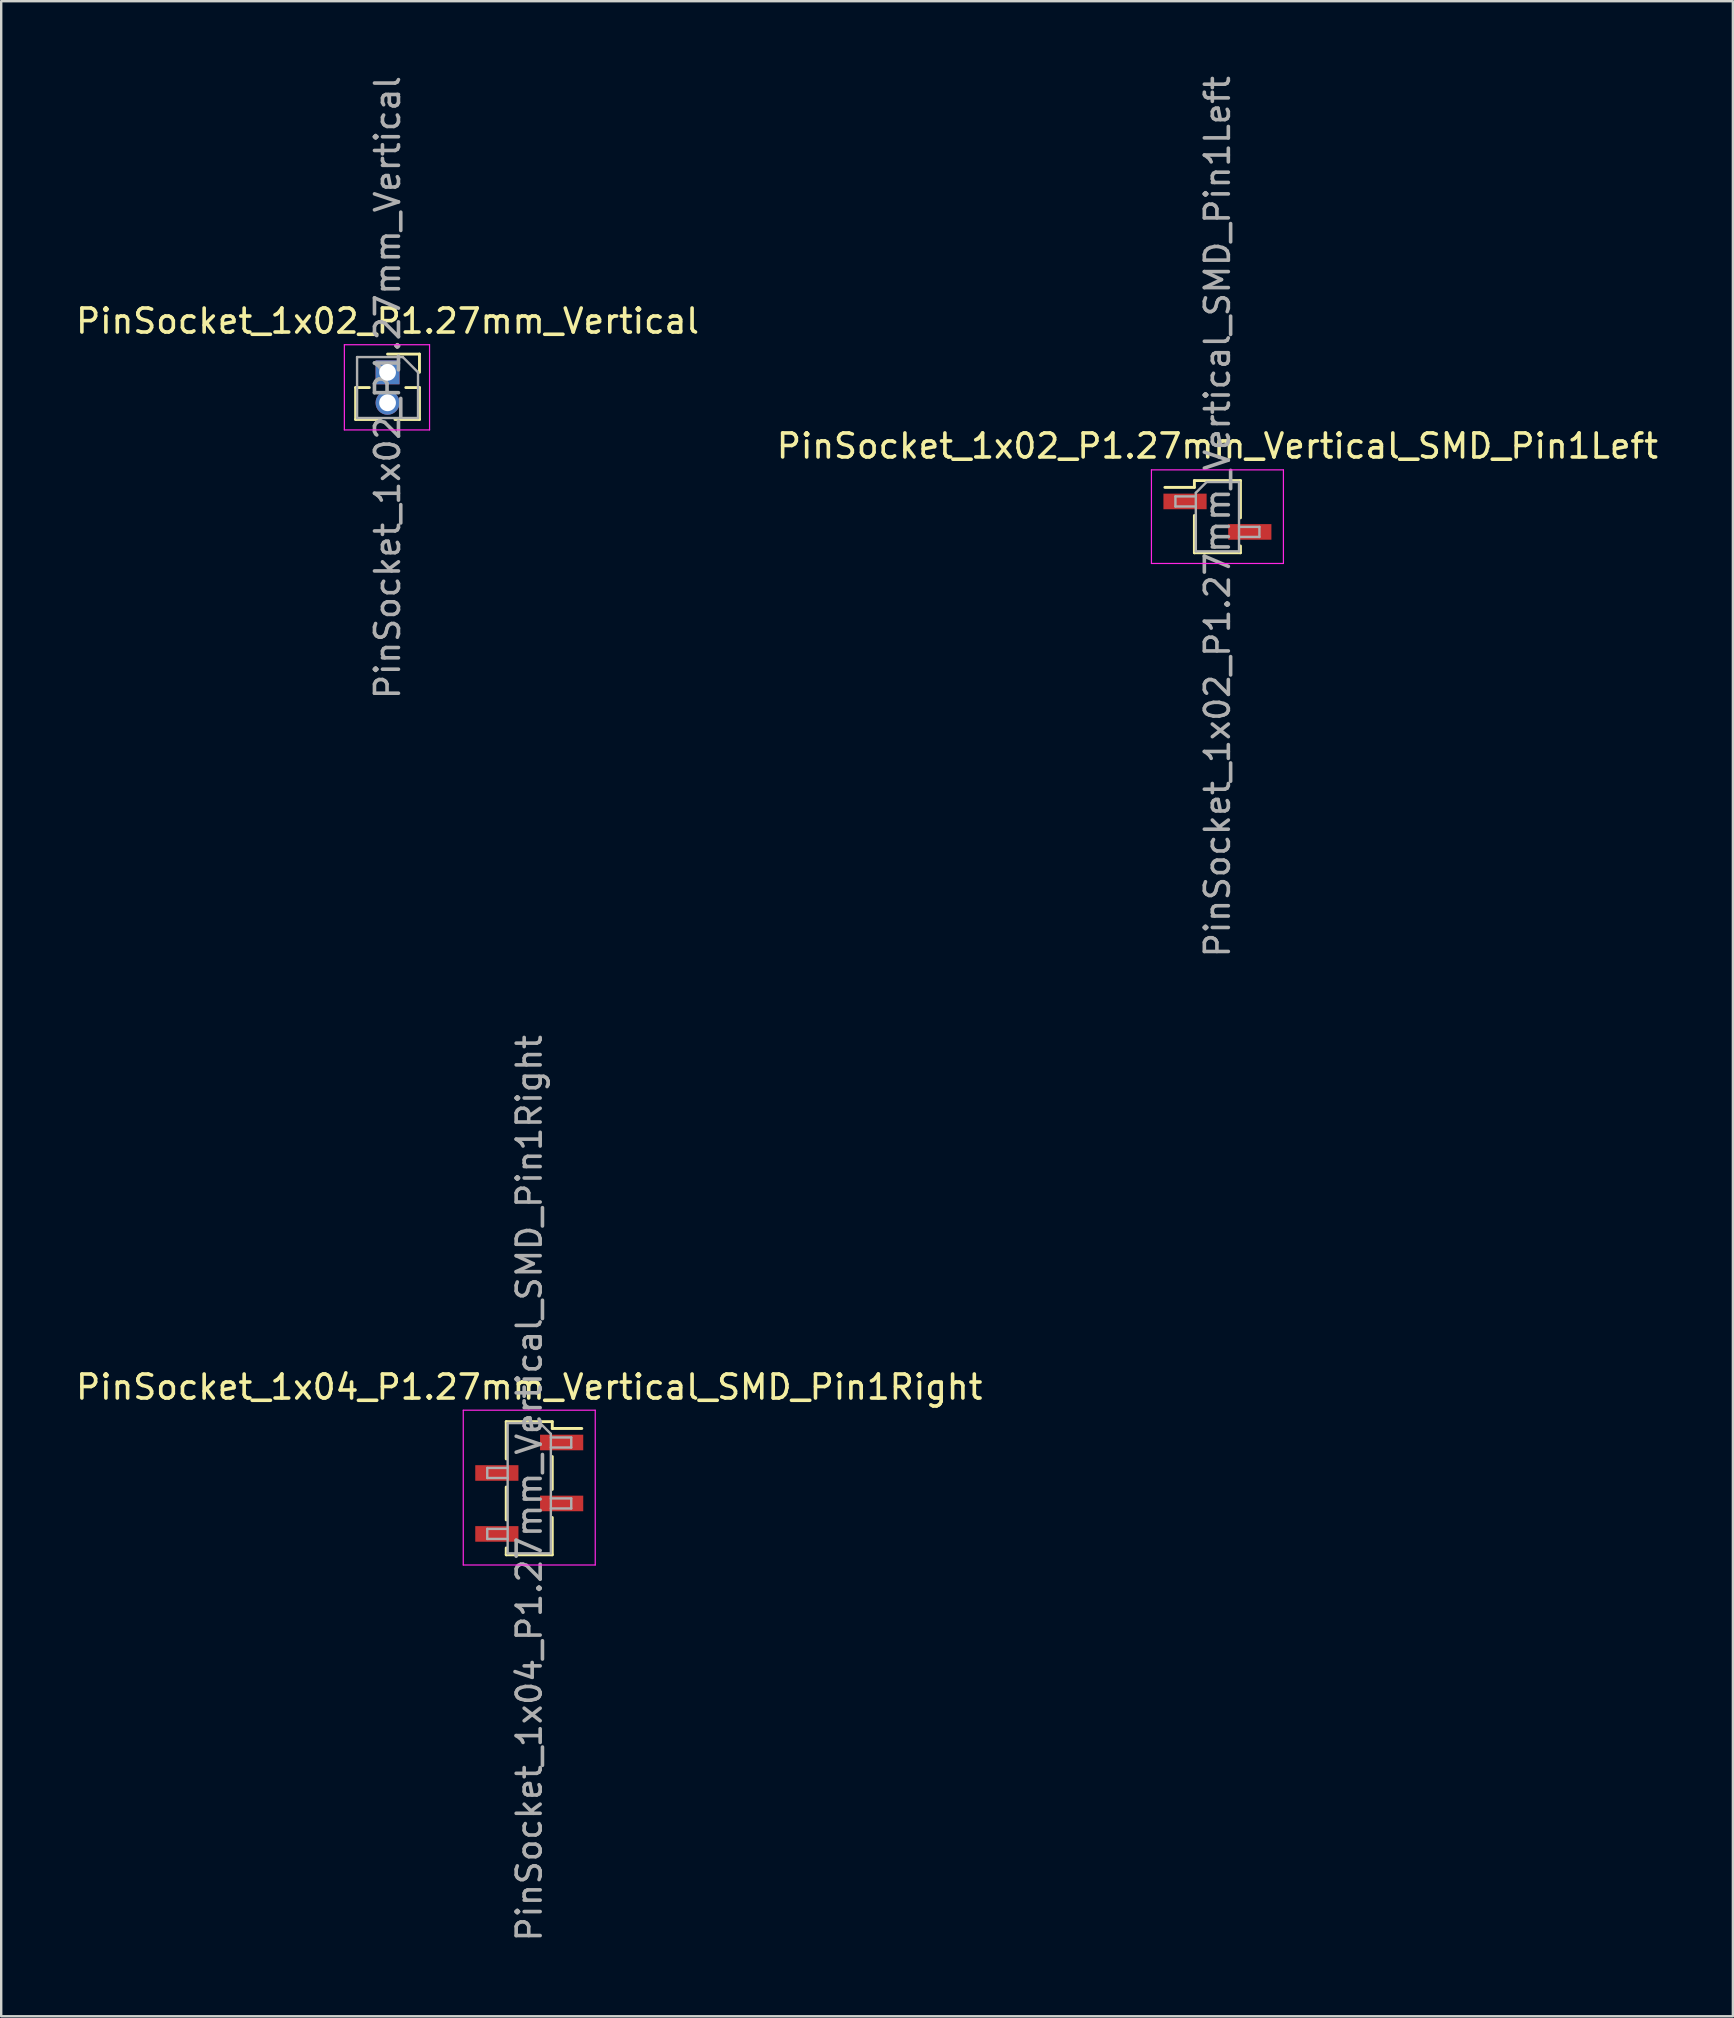
<source format=kicad_pcb>
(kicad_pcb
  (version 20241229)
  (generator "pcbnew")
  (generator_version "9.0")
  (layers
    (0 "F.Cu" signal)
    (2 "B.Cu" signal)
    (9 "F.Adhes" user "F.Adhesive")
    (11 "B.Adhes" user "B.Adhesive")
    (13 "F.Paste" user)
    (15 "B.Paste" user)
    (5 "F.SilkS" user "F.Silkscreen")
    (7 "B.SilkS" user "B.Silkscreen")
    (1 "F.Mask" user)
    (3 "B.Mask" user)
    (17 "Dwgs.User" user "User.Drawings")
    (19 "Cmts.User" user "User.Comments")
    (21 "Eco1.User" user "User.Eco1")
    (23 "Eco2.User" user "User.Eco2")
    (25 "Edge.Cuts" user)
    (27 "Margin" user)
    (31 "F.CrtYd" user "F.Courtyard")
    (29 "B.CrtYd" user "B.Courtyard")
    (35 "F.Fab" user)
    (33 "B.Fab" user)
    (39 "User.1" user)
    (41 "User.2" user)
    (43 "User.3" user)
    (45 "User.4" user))
  (footprint "PinSocket_1x02_P1.27mm_Vertical"
    (layer "F.Cu")
    (at 13.101 12.466)
    (property "Reference" "PinSocket_1x02_P1.27mm_Vertical" (at 0 -2.135 0) (layer "F.SilkS") (effects (font (size 1 1) (thickness 0.15))))
    (attr through_hole)
    (fp_line (start -1.33 0.635) (end -1.33 1.965) (stroke (width 0.12) (type solid)) (layer "F.SilkS"))
    (fp_line (start -1.33 0.635) (end -0.76 0.635) (stroke (width 0.12) (type solid)) (layer "F.SilkS"))
    (fp_line (start -1.33 1.965) (end -0.308 1.965) (stroke (width 0.12) (type solid)) (layer "F.SilkS"))
    (fp_line (start 0 -0.76) (end 1.33 -0.76) (stroke (width 0.12) (type solid)) (layer "F.SilkS"))
    (fp_line (start 0.308 1.965) (end 1.33 1.965) (stroke (width 0.12) (type solid)) (layer "F.SilkS"))
    (fp_line (start 0.76 0.635) (end 1.33 0.635) (stroke (width 0.12) (type solid)) (layer "F.SilkS"))
    (fp_line (start 1.33 -0.76) (end 1.33 0) (stroke (width 0.12) (type solid)) (layer "F.SilkS"))
    (fp_line (start 1.33 0.635) (end 1.33 1.965) (stroke (width 0.12) (type solid)) (layer "F.SilkS"))
    (fp_line (start -1.8 -1.15) (end 1.75 -1.15) (stroke (width 0.05) (type solid)) (layer "F.CrtYd"))
    (fp_line (start -1.8 2.4) (end -1.8 -1.15) (stroke (width 0.05) (type solid)) (layer "F.CrtYd"))
    (fp_line (start 1.75 -1.15) (end 1.75 2.4) (stroke (width 0.05) (type solid)) (layer "F.CrtYd"))
    (fp_line (start 1.75 2.4) (end -1.8 2.4) (stroke (width 0.05) (type solid)) (layer "F.CrtYd"))
    (fp_line (start -1.27 -0.635) (end 0.635 -0.635) (stroke (width 0.1) (type solid)) (layer "F.Fab"))
    (fp_line (start -1.27 1.905) (end -1.27 -0.635) (stroke (width 0.1) (type solid)) (layer "F.Fab"))
    (fp_line (start 0.635 -0.635) (end 1.27 0) (stroke (width 0.1) (type solid)) (layer "F.Fab"))
    (fp_line (start 1.27 0) (end 1.27 1.905) (stroke (width 0.1) (type solid)) (layer "F.Fab"))
    (fp_line (start 1.27 1.905) (end -1.27 1.905) (stroke (width 0.1) (type solid)) (layer "F.Fab"))
    (fp_text user "${REFERENCE}" (at 0 0.635 90) (layer "F.Fab") (effects (font (size 1 1) (thickness 0.15))))
    (pad "1" thru_hole rect (at 0 0) (size 1 1) (drill 0.7) (layers "*.Cu" "*.Mask"))
    (pad "2" thru_hole oval (at 0 1.27) (size 1 1) (drill 0.7) (layers "*.Cu" "*.Mask")))
  (footprint "PinSocket_1x02_P1.27mm_Vertical_SMD_Pin1Left"
    (layer "F.Cu")
    (at 47.685 18.482)
    (property "Reference" "PinSocket_1x02_P1.27mm_Vertical_SMD_Pin1Left" (at 0 -2.945 0) (layer "F.SilkS") (effects (font (size 1 1) (thickness 0.15))))
    (attr smd)
    (fp_line (start -2.19 -1.22) (end -0.96 -1.22) (stroke (width 0.12) (type solid)) (layer "F.SilkS"))
    (fp_line (start -0.96 -1.505) (end -0.96 -1.22) (stroke (width 0.12) (type solid)) (layer "F.SilkS"))
    (fp_line (start -0.96 -1.505) (end 0.96 -1.505) (stroke (width 0.12) (type solid)) (layer "F.SilkS"))
    (fp_line (start -0.96 -0.05) (end -0.96 1.505) (stroke (width 0.12) (type solid)) (layer "F.SilkS"))
    (fp_line (start -0.96 1.505) (end 0.96 1.505) (stroke (width 0.12) (type solid)) (layer "F.SilkS"))
    (fp_line (start 0.96 -1.505) (end 0.96 0.05) (stroke (width 0.12) (type solid)) (layer "F.SilkS"))
    (fp_line (start 0.96 1.22) (end 0.96 1.505) (stroke (width 0.12) (type solid)) (layer "F.SilkS"))
    (fp_line (start -2.75 -1.95) (end 2.75 -1.95) (stroke (width 0.05) (type solid)) (layer "F.CrtYd"))
    (fp_line (start -2.75 1.95) (end -2.75 -1.95) (stroke (width 0.05) (type solid)) (layer "F.CrtYd"))
    (fp_line (start 2.75 -1.95) (end 2.75 1.95) (stroke (width 0.05) (type solid)) (layer "F.CrtYd"))
    (fp_line (start 2.75 1.95) (end -2.75 1.95) (stroke (width 0.05) (type solid)) (layer "F.CrtYd"))
    (fp_line (start -1.75 -0.845) (end -0.9 -0.845) (stroke (width 0.1) (type solid)) (layer "F.Fab"))
    (fp_line (start -1.75 -0.425) (end -1.75 -0.845) (stroke (width 0.1) (type solid)) (layer "F.Fab"))
    (fp_line (start -0.9 -0.995) (end -0.45 -1.445) (stroke (width 0.1) (type solid)) (layer "F.Fab"))
    (fp_line (start -0.9 -0.425) (end -1.75 -0.425) (stroke (width 0.1) (type solid)) (layer "F.Fab"))
    (fp_line (start -0.9 1.445) (end -0.9 -0.995) (stroke (width 0.1) (type solid)) (layer "F.Fab"))
    (fp_line (start -0.45 -1.445) (end 0.9 -1.445) (stroke (width 0.1) (type solid)) (layer "F.Fab"))
    (fp_line (start 0.9 -1.445) (end 0.9 1.445) (stroke (width 0.1) (type solid)) (layer "F.Fab"))
    (fp_line (start 0.9 0.425) (end 1.75 0.425) (stroke (width 0.1) (type solid)) (layer "F.Fab"))
    (fp_line (start 0.9 1.445) (end -0.9 1.445) (stroke (width 0.1) (type solid)) (layer "F.Fab"))
    (fp_line (start 1.75 0.425) (end 1.75 0.845) (stroke (width 0.1) (type solid)) (layer "F.Fab"))
    (fp_line (start 1.75 0.845) (end 0.9 0.845) (stroke (width 0.1) (type solid)) (layer "F.Fab"))
    (fp_text user "${REFERENCE}" (at 0 0 90) (layer "F.Fab") (effects (font (size 1 1) (thickness 0.15))))
    (pad "1" smd rect (at -1.35 -0.635) (size 1.8 0.65) (layers "F.Cu" "F.Mask" "F.Paste"))
    (pad "2" smd rect (at 1.35 0.635) (size 1.8 0.65) (layers "F.Cu" "F.Mask" "F.Paste")))
  (footprint "PinSocket_1x04_P1.27mm_Vertical_SMD_Pin1Right"
    (layer "F.Cu")
    (at 19.006 58.97)
    (property "Reference" "PinSocket_1x04_P1.27mm_Vertical_SMD_Pin1Right" (at 0 -4.215 0) (layer "F.SilkS") (effects (font (size 1 1) (thickness 0.15))))
    (attr smd)
    (fp_line (start -0.96 -2.775) (end -0.96 -1.22) (stroke (width 0.12) (type solid)) (layer "F.SilkS"))
    (fp_line (start -0.96 -2.775) (end 0.96 -2.775) (stroke (width 0.12) (type solid)) (layer "F.SilkS"))
    (fp_line (start -0.96 -0.05) (end -0.96 1.32) (stroke (width 0.12) (type solid)) (layer "F.SilkS"))
    (fp_line (start -0.96 2.49) (end -0.96 2.775) (stroke (width 0.12) (type solid)) (layer "F.SilkS"))
    (fp_line (start -0.96 2.775) (end 0.96 2.775) (stroke (width 0.12) (type solid)) (layer "F.SilkS"))
    (fp_line (start 0.96 -2.775) (end 0.96 -2.49) (stroke (width 0.12) (type solid)) (layer "F.SilkS"))
    (fp_line (start 0.96 -2.49) (end 2.19 -2.49) (stroke (width 0.12) (type solid)) (layer "F.SilkS"))
    (fp_line (start 0.96 -1.32) (end 0.96 0.05) (stroke (width 0.12) (type solid)) (layer "F.SilkS"))
    (fp_line (start 0.96 1.22) (end 0.96 2.775) (stroke (width 0.12) (type solid)) (layer "F.SilkS"))
    (fp_line (start -2.75 -3.25) (end 2.75 -3.25) (stroke (width 0.05) (type solid)) (layer "F.CrtYd"))
    (fp_line (start -2.75 3.2) (end -2.75 -3.25) (stroke (width 0.05) (type solid)) (layer "F.CrtYd"))
    (fp_line (start 2.75 -3.25) (end 2.75 3.2) (stroke (width 0.05) (type solid)) (layer "F.CrtYd"))
    (fp_line (start 2.75 3.2) (end -2.75 3.2) (stroke (width 0.05) (type solid)) (layer "F.CrtYd"))
    (fp_line (start -1.75 -0.845) (end -0.9 -0.845) (stroke (width 0.1) (type solid)) (layer "F.Fab"))
    (fp_line (start -1.75 -0.425) (end -1.75 -0.845) (stroke (width 0.1) (type solid)) (layer "F.Fab"))
    (fp_line (start -1.75 1.695) (end -0.9 1.695) (stroke (width 0.1) (type solid)) (layer "F.Fab"))
    (fp_line (start -1.75 2.115) (end -1.75 1.695) (stroke (width 0.1) (type solid)) (layer "F.Fab"))
    (fp_line (start -0.9 -2.715) (end 0.45 -2.715) (stroke (width 0.1) (type solid)) (layer "F.Fab"))
    (fp_line (start -0.9 -0.425) (end -1.75 -0.425) (stroke (width 0.1) (type solid)) (layer "F.Fab"))
    (fp_line (start -0.9 2.115) (end -1.75 2.115) (stroke (width 0.1) (type solid)) (layer "F.Fab"))
    (fp_line (start -0.9 2.715) (end -0.9 -2.715) (stroke (width 0.1) (type solid)) (layer "F.Fab"))
    (fp_line (start 0.45 -2.715) (end 0.9 -2.265) (stroke (width 0.1) (type solid)) (layer "F.Fab"))
    (fp_line (start 0.9 -2.265) (end 0.9 2.715) (stroke (width 0.1) (type solid)) (layer "F.Fab"))
    (fp_line (start 0.9 -2.115) (end 1.75 -2.115) (stroke (width 0.1) (type solid)) (layer "F.Fab"))
    (fp_line (start 0.9 0.425) (end 1.75 0.425) (stroke (width 0.1) (type solid)) (layer "F.Fab"))
    (fp_line (start 0.9 2.715) (end -0.9 2.715) (stroke (width 0.1) (type solid)) (layer "F.Fab"))
    (fp_line (start 1.75 -2.115) (end 1.75 -1.695) (stroke (width 0.1) (type solid)) (layer "F.Fab"))
    (fp_line (start 1.75 -1.695) (end 0.9 -1.695) (stroke (width 0.1) (type solid)) (layer "F.Fab"))
    (fp_line (start 1.75 0.425) (end 1.75 0.845) (stroke (width 0.1) (type solid)) (layer "F.Fab"))
    (fp_line (start 1.75 0.845) (end 0.9 0.845) (stroke (width 0.1) (type solid)) (layer "F.Fab"))
    (fp_text user "${REFERENCE}" (at 0 0 90) (layer "F.Fab") (effects (font (size 1 1) (thickness 0.15))))
    (pad "1" smd rect (at 1.35 -1.905) (size 1.8 0.65) (layers "F.Cu" "F.Mask" "F.Paste"))
    (pad "2" smd rect (at -1.35 -0.635) (size 1.8 0.65) (layers "F.Cu" "F.Mask" "F.Paste"))
    (pad "3" smd rect (at 1.35 0.635) (size 1.8 0.65) (layers "F.Cu" "F.Mask" "F.Paste"))
    (pad "4" smd rect (at -1.35 1.905) (size 1.8 0.65) (layers "F.Cu" "F.Mask" "F.Paste")))
  (gr_rect
    (start -3 -3)
    (end 69.167 80.976)
    (stroke (width 0.1) (type default))
    (fill no)
    (layer "Edge.Cuts")))
</source>
